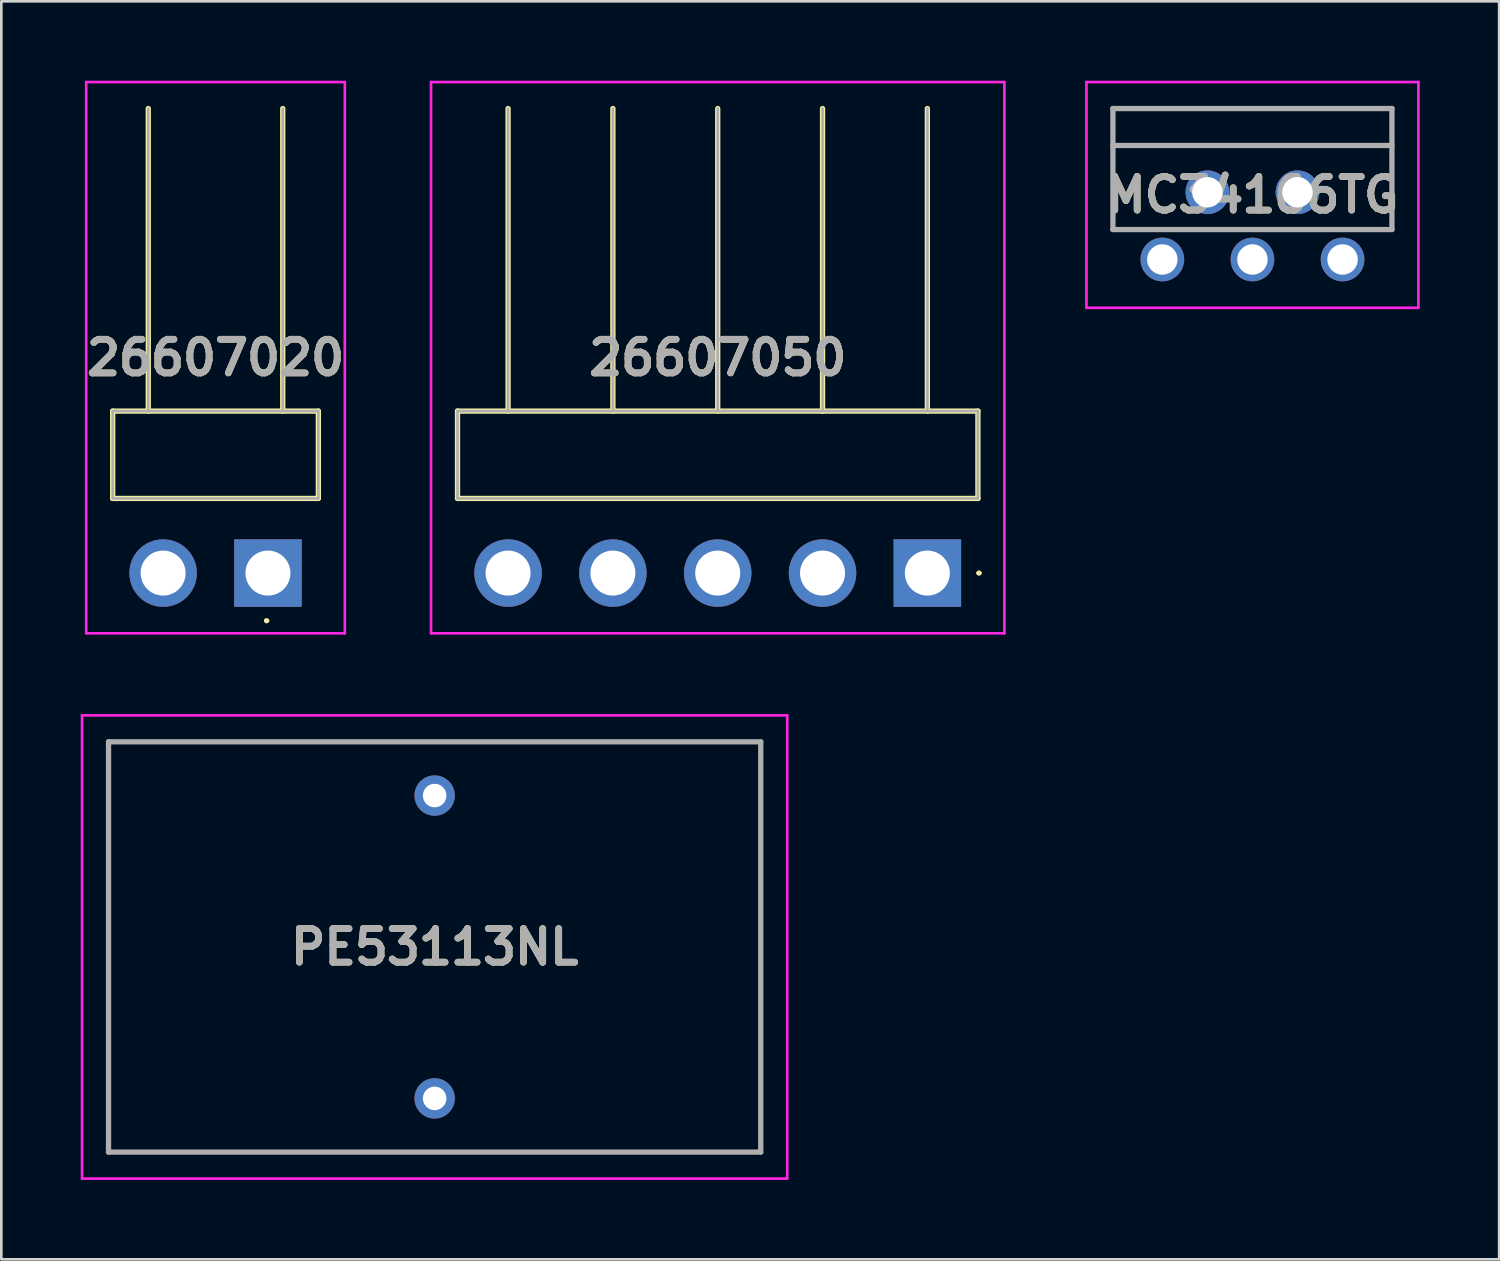
<source format=kicad_pcb>
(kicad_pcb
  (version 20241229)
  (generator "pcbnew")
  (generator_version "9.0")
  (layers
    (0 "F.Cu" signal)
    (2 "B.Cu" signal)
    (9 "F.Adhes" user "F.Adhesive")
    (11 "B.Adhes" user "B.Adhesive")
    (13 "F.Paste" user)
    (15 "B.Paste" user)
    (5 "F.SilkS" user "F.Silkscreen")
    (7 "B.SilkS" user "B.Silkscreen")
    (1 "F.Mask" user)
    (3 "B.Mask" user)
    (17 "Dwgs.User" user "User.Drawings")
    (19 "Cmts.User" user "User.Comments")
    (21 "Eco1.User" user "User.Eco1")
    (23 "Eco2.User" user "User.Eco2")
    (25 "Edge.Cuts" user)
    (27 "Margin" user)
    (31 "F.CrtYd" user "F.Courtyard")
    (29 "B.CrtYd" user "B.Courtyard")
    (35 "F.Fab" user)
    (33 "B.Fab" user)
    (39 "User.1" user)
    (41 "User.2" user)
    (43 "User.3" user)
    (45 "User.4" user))
  (footprint "MC34166TG"
    (layer "F.Cu")
    (at 40.861 6.753)
    (property "Reference" "MC34166TG" (at 3.403 -2.439 0) (layer "F.SilkS") (effects (font (size 1.27 1.27) (thickness 0.254))))
    (attr through_hole)
    (fp_line (start -1.867 -5.703) (end 8.674 -5.703) (stroke (width 0.1) (type solid)) (layer "F.SilkS"))
    (fp_line (start -1.867 -4.306) (end 8.674 -4.306) (stroke (width 0.1) (type solid)) (layer "F.SilkS"))
    (fp_line (start -1.867 -1.131) (end -1.867 -5.703) (stroke (width 0.1) (type solid)) (layer "F.SilkS"))
    (fp_line (start 8.674 -5.703) (end 8.674 -1.131) (stroke (width 0.1) (type solid)) (layer "F.SilkS"))
    (fp_line (start 8.674 -1.131) (end -1.867 -1.131) (stroke (width 0.1) (type solid)) (layer "F.SilkS"))
    (fp_line (start -2.867 -6.703) (end 9.674 -6.703) (stroke (width 0.1) (type solid)) (layer "F.CrtYd"))
    (fp_line (start -2.867 1.825) (end -2.867 -6.703) (stroke (width 0.1) (type solid)) (layer "F.CrtYd"))
    (fp_line (start 9.674 -6.703) (end 9.674 1.825) (stroke (width 0.1) (type solid)) (layer "F.CrtYd"))
    (fp_line (start 9.674 1.825) (end -2.867 1.825) (stroke (width 0.1) (type solid)) (layer "F.CrtYd"))
    (fp_line (start -1.867 -5.703) (end 8.674 -5.703) (stroke (width 0.2) (type solid)) (layer "F.Fab"))
    (fp_line (start -1.867 -1.131) (end -1.867 -5.703) (stroke (width 0.2) (type solid)) (layer "F.Fab"))
    (fp_line (start 8.674 -5.703) (end 8.674 -1.131) (stroke (width 0.2) (type solid)) (layer "F.Fab"))
    (fp_line (start 8.674 -4.306) (end -1.867 -4.306) (stroke (width 0.2) (type solid)) (layer "F.Fab"))
    (fp_line (start 8.674 -1.131) (end -1.867 -1.131) (stroke (width 0.2) (type solid)) (layer "F.Fab"))
    (fp_text user "${REFERENCE}" (at 3.403 -2.439 0) (layer "F.Fab") (effects (font (size 1.27 1.27) (thickness 0.254))))
    (pad "1" thru_hole circle (at 0 0) (size 1.65 1.65) (drill 1.15) (layers "*.Cu" "*.Mask"))
    (pad "2" thru_hole circle (at 1.702 -2.54) (size 1.65 1.65) (drill 1.15) (layers "*.Cu" "*.Mask"))
    (pad "3" thru_hole circle (at 3.404 0) (size 1.65 1.65) (drill 1.15) (layers "*.Cu" "*.Mask"))
    (pad "4" thru_hole circle (at 5.106 -2.54) (size 1.65 1.65) (drill 1.15) (layers "*.Cu" "*.Mask"))
    (pad "5" thru_hole circle (at 6.808 0) (size 1.65 1.65) (drill 1.15) (layers "*.Cu" "*.Mask")))
  (footprint "26607020"
    (layer "F.Cu")
    (at 7.072 18.6)
    (property "Reference" "26607020" (at -1.98 -8.137 0) (layer "F.SilkS") (effects (font (size 1.27 1.27) (thickness 0.254))))
    (attr through_hole)
    (fp_line (start -5.865 -6.12) (end 1.905 -6.12) (stroke (width 0.2) (type solid)) (layer "F.SilkS"))
    (fp_line (start -5.865 -2.82) (end -5.865 -6.12) (stroke (width 0.2) (type solid)) (layer "F.SilkS"))
    (fp_line (start -4.52 -6.12) (end -4.52 -17.55) (stroke (width 0.2) (type solid)) (layer "F.SilkS"))
    (fp_line (start -0.1 1.8) (end -0.1 1.8) (stroke (width 0.1) (type solid)) (layer "F.SilkS"))
    (fp_line (start 0 1.8) (end 0 1.8) (stroke (width 0.1) (type solid)) (layer "F.SilkS"))
    (fp_line (start 0.56 -6.12) (end 0.56 -17.55) (stroke (width 0.2) (type solid)) (layer "F.SilkS"))
    (fp_line (start 1.905 -6.12) (end 1.905 -2.82) (stroke (width 0.2) (type solid)) (layer "F.SilkS"))
    (fp_line (start 1.905 -2.82) (end -5.865 -2.82) (stroke (width 0.2) (type solid)) (layer "F.SilkS"))
    (fp_arc (start -0.1 1.8) (mid -0.05 1.75) (end 0 1.8) (stroke (width 0.1) (type solid)) (layer "F.SilkS"))
    (fp_arc (start 0 1.8) (mid -0.05 1.85) (end -0.1 1.8) (stroke (width 0.1) (type solid)) (layer "F.SilkS"))
    (fp_line (start -6.865 -18.55) (end 2.905 -18.55) (stroke (width 0.1) (type solid)) (layer "F.CrtYd"))
    (fp_line (start -6.865 2.275) (end -6.865 -18.55) (stroke (width 0.1) (type solid)) (layer "F.CrtYd"))
    (fp_line (start 2.905 -18.55) (end 2.905 2.275) (stroke (width 0.1) (type solid)) (layer "F.CrtYd"))
    (fp_line (start 2.905 2.275) (end -6.865 2.275) (stroke (width 0.1) (type solid)) (layer "F.CrtYd"))
    (fp_line (start -5.865 -6.12) (end -5.865 -2.82) (stroke (width 0.1) (type solid)) (layer "F.Fab"))
    (fp_line (start -5.865 -2.82) (end 1.905 -2.82) (stroke (width 0.1) (type solid)) (layer "F.Fab"))
    (fp_line (start -4.52 -6.12) (end -4.52 -17.55) (stroke (width 0.1) (type solid)) (layer "F.Fab"))
    (fp_line (start 0.56 -6.12) (end 0.56 -17.55) (stroke (width 0.1) (type solid)) (layer "F.Fab"))
    (fp_line (start 1.905 -6.12) (end -5.865 -6.12) (stroke (width 0.1) (type solid)) (layer "F.Fab"))
    (fp_line (start 1.905 -2.82) (end 1.905 -6.12) (stroke (width 0.1) (type solid)) (layer "F.Fab"))
    (fp_text user "${REFERENCE}" (at -1.98 -8.137 0) (layer "F.Fab") (effects (font (size 1.27 1.27) (thickness 0.254))))
    (pad "" np_thru_hole circle (at -1.98 -4.34) (size 0.001 0.001) (drill 1.7) (layers "*.Cu" "*.Mask"))
    (pad "1" thru_hole rect (at 0 0) (size 2.55 2.55) (drill 1.7) (layers "*.Cu" "*.Mask"))
    (pad "2" thru_hole circle (at -3.96 0) (size 2.55 2.55) (drill 1.7) (layers "*.Cu" "*.Mask")))
  (footprint "PE53113NL"
    (layer "F.Cu")
    (at 13.37 27.005)
    (property "Reference" "PE53113NL" (at 0 5.72 0) (layer "F.SilkS") (effects (font (size 1.27 1.27) (thickness 0.254))))
    (attr through_hole)
    (fp_line (start -12.32 -2.03) (end 12.32 -2.03) (stroke (width 0.1) (type solid)) (layer "F.SilkS"))
    (fp_line (start -12.32 13.47) (end -12.32 -2.03) (stroke (width 0.1) (type solid)) (layer "F.SilkS"))
    (fp_line (start 12.32 -2.03) (end 12.32 13.47) (stroke (width 0.1) (type solid)) (layer "F.SilkS"))
    (fp_line (start 12.32 13.47) (end -12.32 13.47) (stroke (width 0.1) (type solid)) (layer "F.SilkS"))
    (fp_line (start -13.32 -3.03) (end 13.32 -3.03) (stroke (width 0.1) (type solid)) (layer "F.CrtYd"))
    (fp_line (start -13.32 14.47) (end -13.32 -3.03) (stroke (width 0.1) (type solid)) (layer "F.CrtYd"))
    (fp_line (start 13.32 -3.03) (end 13.32 14.47) (stroke (width 0.1) (type solid)) (layer "F.CrtYd"))
    (fp_line (start 13.32 14.47) (end -13.32 14.47) (stroke (width 0.1) (type solid)) (layer "F.CrtYd"))
    (fp_line (start -12.32 -2.03) (end 12.32 -2.03) (stroke (width 0.2) (type solid)) (layer "F.Fab"))
    (fp_line (start -12.32 13.47) (end -12.32 -2.03) (stroke (width 0.2) (type solid)) (layer "F.Fab"))
    (fp_line (start 12.32 -2.03) (end 12.32 13.47) (stroke (width 0.2) (type solid)) (layer "F.Fab"))
    (fp_line (start 12.32 13.47) (end -12.32 13.47) (stroke (width 0.2) (type solid)) (layer "F.Fab"))
    (fp_text user "${REFERENCE}" (at 0 5.72 0) (layer "F.Fab") (effects (font (size 1.27 1.27) (thickness 0.254))))
    (pad "1" thru_hole circle (at 0 0) (size 1.524 1.524) (drill 0.889) (layers "*.Cu" "*.Mask"))
    (pad "2" thru_hole circle (at 0 11.44) (size 1.524 1.524) (drill 0.889) (layers "*.Cu" "*.Mask")))
  (footprint "26607050"
    (layer "F.Cu")
    (at 31.984 18.6)
    (property "Reference" "26607050" (at -7.92 -8.137 0) (layer "F.SilkS") (effects (font (size 1.27 1.27) (thickness 0.254))))
    (attr through_hole)
    (fp_line (start -17.75 -6.12) (end 1.91 -6.12) (stroke (width 0.2) (type solid)) (layer "F.SilkS"))
    (fp_line (start -17.75 -2.82) (end -17.75 -6.12) (stroke (width 0.2) (type solid)) (layer "F.SilkS"))
    (fp_line (start -15.84 -6.12) (end -15.84 -17.55) (stroke (width 0.2) (type solid)) (layer "F.SilkS"))
    (fp_line (start -11.88 -6.12) (end -11.88 -17.55) (stroke (width 0.2) (type solid)) (layer "F.SilkS"))
    (fp_line (start -7.92 -17.55) (end -7.92 -6.12) (stroke (width 0.2) (type solid)) (layer "F.SilkS"))
    (fp_line (start -3.96 -17.55) (end -3.96 -6.12) (stroke (width 0.2) (type solid)) (layer "F.SilkS"))
    (fp_line (start -3.96 -6.12) (end -3.96 -6.12) (stroke (width 0.2) (type solid)) (layer "F.SilkS"))
    (fp_line (start 0 -17.55) (end 0 -6.12) (stroke (width 0.2) (type solid)) (layer "F.SilkS"))
    (fp_line (start 1.9 0) (end 1.9 0) (stroke (width 0.1) (type solid)) (layer "F.SilkS"))
    (fp_line (start 1.91 -6.12) (end 1.91 -2.82) (stroke (width 0.2) (type solid)) (layer "F.SilkS"))
    (fp_line (start 1.91 -2.82) (end -17.75 -2.82) (stroke (width 0.2) (type solid)) (layer "F.SilkS"))
    (fp_line (start 2 0) (end 2 0) (stroke (width 0.1) (type solid)) (layer "F.SilkS"))
    (fp_arc (start 1.9 0) (mid 1.95 -0.05) (end 2 0) (stroke (width 0.1) (type solid)) (layer "F.SilkS"))
    (fp_arc (start 2 0) (mid 1.95 0.05) (end 1.9 0) (stroke (width 0.1) (type solid)) (layer "F.SilkS"))
    (fp_line (start -18.75 -18.55) (end 2.91 -18.55) (stroke (width 0.1) (type solid)) (layer "F.CrtYd"))
    (fp_line (start -18.75 2.275) (end -18.75 -18.55) (stroke (width 0.1) (type solid)) (layer "F.CrtYd"))
    (fp_line (start 2.91 -18.55) (end 2.91 2.275) (stroke (width 0.1) (type solid)) (layer "F.CrtYd"))
    (fp_line (start 2.91 2.275) (end -18.75 2.275) (stroke (width 0.1) (type solid)) (layer "F.CrtYd"))
    (fp_line (start -17.75 -6.12) (end -17.75 -2.82) (stroke (width 0.1) (type solid)) (layer "F.Fab"))
    (fp_line (start -17.75 -2.82) (end 1.91 -2.82) (stroke (width 0.1) (type solid)) (layer "F.Fab"))
    (fp_line (start -15.84 -6.12) (end -15.84 -17.55) (stroke (width 0.1) (type solid)) (layer "F.Fab"))
    (fp_line (start -11.88 -17.55) (end -11.88 -6.12) (stroke (width 0.1) (type solid)) (layer "F.Fab"))
    (fp_line (start -7.92 -17.55) (end -7.92 -6.12) (stroke (width 0.1) (type solid)) (layer "F.Fab"))
    (fp_line (start -3.96 -17.55) (end -3.96 -6.12) (stroke (width 0.1) (type solid)) (layer "F.Fab"))
    (fp_line (start 0 -17.55) (end 0 -6.12) (stroke (width 0.1) (type solid)) (layer "F.Fab"))
    (fp_line (start 1.91 -6.12) (end -17.75 -6.12) (stroke (width 0.1) (type solid)) (layer "F.Fab"))
    (fp_line (start 1.91 -2.82) (end 1.91 -6.12) (stroke (width 0.1) (type solid)) (layer "F.Fab"))
    (fp_text user "${REFERENCE}" (at -7.92 -8.137 0) (layer "F.Fab") (effects (font (size 1.27 1.27) (thickness 0.254))))
    (pad "" np_thru_hole circle (at -13.86 -4.34) (size 0.001 0.001) (drill 1.7) (layers "*.Cu" "*.Mask"))
    (pad "" np_thru_hole circle (at -1.98 -4.34) (size 0.001 0.001) (drill 1.7) (layers "*.Cu" "*.Mask"))
    (pad "1" thru_hole rect (at 0 0) (size 2.55 2.55) (drill 1.7) (layers "*.Cu" "*.Mask"))
    (pad "2" thru_hole circle (at -3.96 0) (size 2.55 2.55) (drill 1.7) (layers "*.Cu" "*.Mask"))
    (pad "3" thru_hole circle (at -7.92 0) (size 2.55 2.55) (drill 1.7) (layers "*.Cu" "*.Mask"))
    (pad "4" thru_hole circle (at -11.88 0) (size 2.55 2.55) (drill 1.7) (layers "*.Cu" "*.Mask"))
    (pad "5" thru_hole circle (at -15.84 0) (size 2.55 2.55) (drill 1.7) (layers "*.Cu" "*.Mask")))
  (gr_rect
    (start -3 -3)
    (end 53.585 44.525)
    (stroke (width 0.1) (type default))
    (fill no)
    (layer "Edge.Cuts")))
</source>
